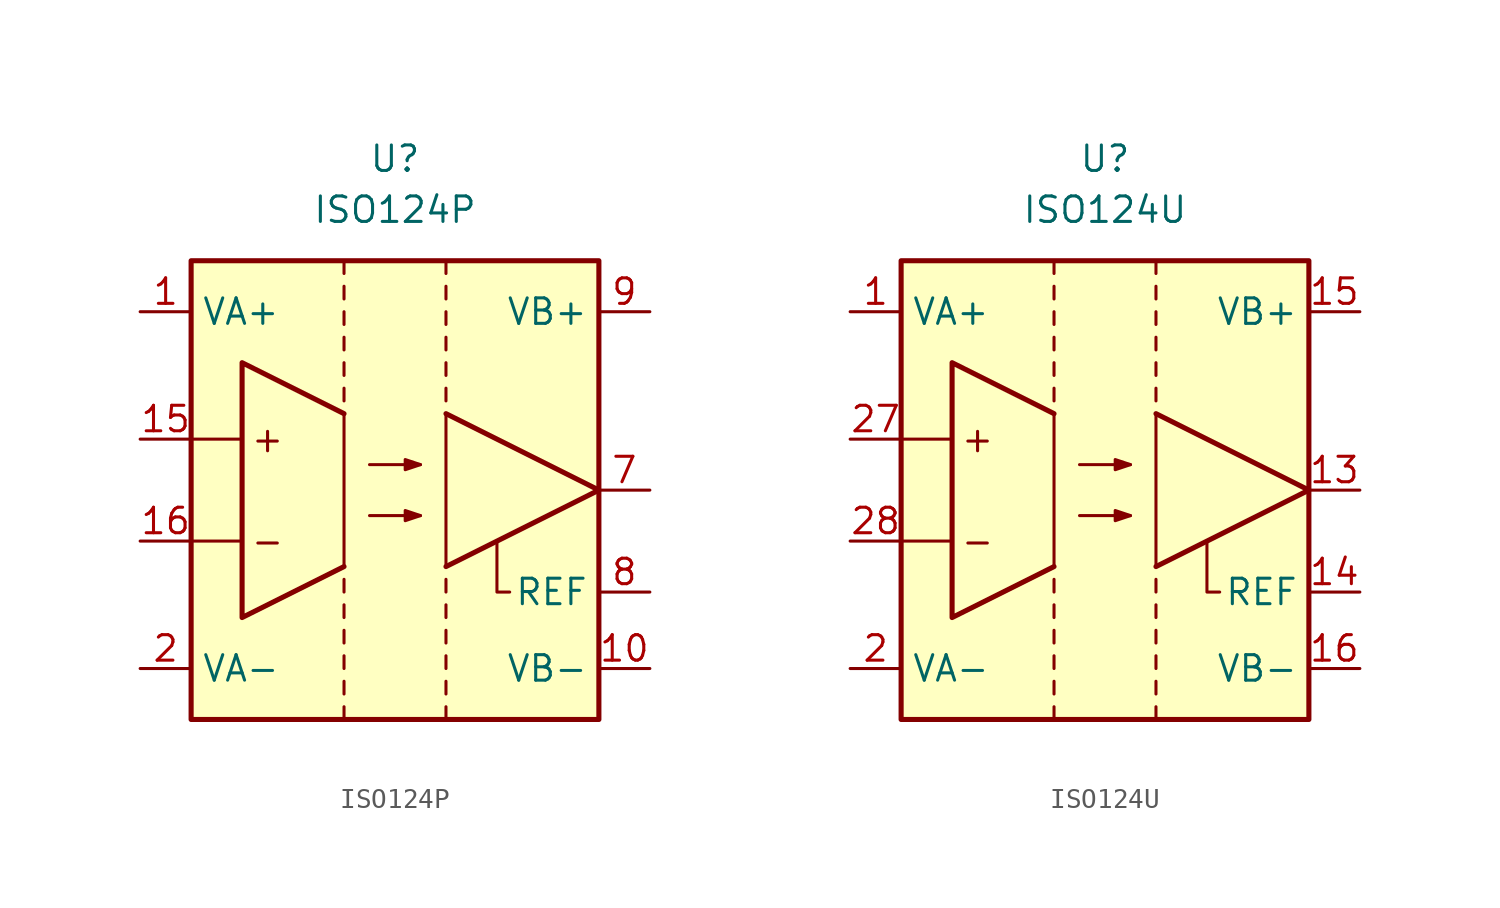
<source format=kicad_sym>
(kicad_symbol_lib
  (version 20231120)
  (generator "kicad_symbol_editor")
  (generator_version "8.0")
  (symbol "ISO124P"
    (property "Reference" "U"
      (at 0 16.51 0)
      (effects (font (size 1.27 1.27))))
    (property "Value" "ISO124P"
      (at 0 13.97 0)
      (effects (font (size 1.27 1.27))))
    (symbol "ISO124P_0_0"
      (rectangle (start -10.16 11.43) (end 10.16 -11.43) (stroke (width 0.254) (type default)) (fill (type background)))
      (polyline (pts (xy -10.16 -2.54) (xy -7.62 -2.54)) (stroke (width 0.152) (type default)) (fill (type none)))
      (polyline (pts (xy -10.16 2.54) (xy -7.62 2.54)) (stroke (width 0.152) (type default)) (fill (type none)))
      (text "+" (at -6.35 2.54 0) (effects (font (size 1.27 1.27))))
      (text "-" (at -6.35 -2.54 0) (effects (font (size 1.27 1.27)))))
    (symbol "ISO124P_0_1"
      (polyline (pts (xy -2.54 -11.43) (xy -2.54 -10.795)) (stroke (width 0.152) (type default)) (fill (type none)))
      (polyline (pts (xy -2.54 -10.16) (xy -2.54 -9.525)) (stroke (width 0.152) (type default)) (fill (type none)))
      (polyline (pts (xy -2.54 -8.255) (xy -2.54 -8.89)) (stroke (width 0.152) (type default)) (fill (type none)))
      (polyline (pts (xy -2.54 -6.985) (xy -2.54 -7.62)) (stroke (width 0.152) (type default)) (fill (type none)))
      (polyline (pts (xy -2.54 -5.715) (xy -2.54 -6.35)) (stroke (width 0.152) (type default)) (fill (type none)))
      (polyline (pts (xy -2.54 -4.445) (xy -2.54 -5.08)) (stroke (width 0.152) (type default)) (fill (type none)))
      (polyline (pts (xy -2.54 4.445) (xy -2.54 5.08)) (stroke (width 0.152) (type default)) (fill (type none)))
      (polyline (pts (xy -2.54 5.715) (xy -2.54 6.35)) (stroke (width 0.152) (type default)) (fill (type none)))
      (polyline (pts (xy -2.54 7.62) (xy -2.54 6.985)) (stroke (width 0.152) (type default)) (fill (type none)))
      (polyline (pts (xy -2.54 8.89) (xy -2.54 8.255)) (stroke (width 0.152) (type default)) (fill (type none)))
      (polyline (pts (xy -2.54 10.16) (xy -2.54 9.525)) (stroke (width 0.152) (type default)) (fill (type none)))
      (polyline (pts (xy -2.54 11.43) (xy -2.54 10.795)) (stroke (width 0.152) (type default)) (fill (type none)))
      (polyline (pts (xy 1.27 -1.27) (xy -1.27 -1.27)) (stroke (width 0.152) (type default)) (fill (type none)))
      (polyline (pts (xy 1.27 1.27) (xy -1.27 1.27)) (stroke (width 0.152) (type default)) (fill (type none)))
      (polyline (pts (xy 2.54 -11.43) (xy 2.54 -10.795)) (stroke (width 0.152) (type default)) (fill (type none)))
      (polyline (pts (xy 2.54 -10.16) (xy 2.54 -9.525)) (stroke (width 0.152) (type default)) (fill (type none)))
      (polyline (pts (xy 2.54 -8.255) (xy 2.54 -8.89)) (stroke (width 0.152) (type default)) (fill (type none)))
      (polyline (pts (xy 2.54 -6.985) (xy 2.54 -7.62)) (stroke (width 0.152) (type default)) (fill (type none)))
      (polyline (pts (xy 2.54 -5.715) (xy 2.54 -6.35)) (stroke (width 0.152) (type default)) (fill (type none)))
      (polyline (pts (xy 2.54 -4.445) (xy 2.54 -5.08)) (stroke (width 0.152) (type default)) (fill (type none)))
      (polyline (pts (xy 2.54 4.445) (xy 2.54 5.08)) (stroke (width 0.152) (type default)) (fill (type none)))
      (polyline (pts (xy 2.54 5.715) (xy 2.54 6.35)) (stroke (width 0.152) (type default)) (fill (type none)))
      (polyline (pts (xy 2.54 7.62) (xy 2.54 6.985)) (stroke (width 0.152) (type default)) (fill (type none)))
      (polyline (pts (xy 2.54 8.89) (xy 2.54 8.255)) (stroke (width 0.152) (type default)) (fill (type none)))
      (polyline (pts (xy 2.54 10.16) (xy 2.54 9.525)) (stroke (width 0.152) (type default)) (fill (type none)))
      (polyline (pts (xy 2.54 11.43) (xy 2.54 10.795)) (stroke (width 0.152) (type default)) (fill (type none)))
      (polyline (pts (xy 2.54 3.81) (xy 10.16 0) (xy 2.54 -3.81)) (stroke (width 0.254) (type default)) (fill (type none)))
      (polyline (pts (xy 5.715 -5.08) (xy 5.08 -5.08) (xy 5.08 -2.54)) (stroke (width 0.152) (type default)) (fill (type none)))
      (polyline (pts (xy -2.54 3.81) (xy -7.62 6.35) (xy -7.62 -6.35) (xy -2.54 -3.81)) (stroke (width 0.254) (type default)) (fill (type none)))
      (polyline (pts (xy 1.27 -1.27) (xy 0.508 -1.016) (xy 0.508 -1.524) (xy 1.27 -1.27)) (stroke (width 0.152) (type default)) (fill (type outline)))
      (polyline (pts (xy 1.27 1.27) (xy 0.508 1.524) (xy 0.508 1.016) (xy 1.27 1.27)) (stroke (width 0.152) (type default)) (fill (type outline)))
      (polyline (pts (xy 2.54 3.81) (xy 2.54 -3.81) (xy 10.16 0) (xy 2.54 3.81)) (stroke (width 0.152) (type default)) (fill (type none)))
      (polyline (pts (xy -2.54 3.81) (xy -7.62 6.35) (xy -7.62 -6.35) (xy -2.54 -3.81) (xy -2.54 3.81)) (stroke (width 0.152) (type default)) (fill (type none))))
    (symbol "ISO124P_1_1"
      (pin power_in line (at -12.7 8.89 0) (length 2.54) (name "VA+" (effects (font (size 1.27 1.27)))) (number "1" (effects (font (size 1.27 1.27)))))
      (pin power_in line (at 12.7 -8.89 180) (length 2.54) (name "VB-" (effects (font (size 1.27 1.27)))) (number "10" (effects (font (size 1.27 1.27)))))
      (pin input line (at -12.7 2.54 0) (length 2.54) (name "~" (effects (font (size 1.27 1.27)))) (number "15" (effects (font (size 1.27 1.27)))))
      (pin input line (at -12.7 -2.54 0) (length 2.54) (name "~" (effects (font (size 1.27 1.27)))) (number "16" (effects (font (size 1.27 1.27)))))
      (pin power_in line (at -12.7 -8.89 0) (length 2.54) (name "VA-" (effects (font (size 1.27 1.27)))) (number "2" (effects (font (size 1.27 1.27)))))
      (pin output line (at 12.7 0 180) (length 2.54) (name "~" (effects (font (size 1.27 1.27)))) (number "7" (effects (font (size 1.27 1.27)))))
      (pin input line (at 12.7 -5.08 180) (length 2.54) (name "REF" (effects (font (size 1.27 1.27)))) (number "8" (effects (font (size 1.27 1.27)))))
      (pin power_in line (at 12.7 8.89 180) (length 2.54) (name "VB+" (effects (font (size 1.27 1.27)))) (number "9" (effects (font (size 1.27 1.27)))))))
  (symbol "ISO124U"
    (property "Reference" "U"
      (at 0 16.51 0)
      (effects (font (size 1.27 1.27))))
    (property "Value" "ISO124U"
      (at 0 13.97 0)
      (effects (font (size 1.27 1.27))))
    (symbol "ISO124U_0_0"
      (rectangle (start -10.16 11.43) (end 10.16 -11.43) (stroke (width 0.254) (type default)) (fill (type background)))
      (polyline (pts (xy -10.16 -2.54) (xy -7.62 -2.54)) (stroke (width 0.152) (type default)) (fill (type none)))
      (polyline (pts (xy -10.16 2.54) (xy -7.62 2.54)) (stroke (width 0.152) (type default)) (fill (type none)))
      (text "+" (at -6.35 2.54 0) (effects (font (size 1.27 1.27))))
      (text "-" (at -6.35 -2.54 0) (effects (font (size 1.27 1.27)))))
    (symbol "ISO124U_0_1"
      (polyline (pts (xy -2.54 -11.43) (xy -2.54 -10.795)) (stroke (width 0.152) (type default)) (fill (type none)))
      (polyline (pts (xy -2.54 -10.16) (xy -2.54 -9.525)) (stroke (width 0.152) (type default)) (fill (type none)))
      (polyline (pts (xy -2.54 -8.255) (xy -2.54 -8.89)) (stroke (width 0.152) (type default)) (fill (type none)))
      (polyline (pts (xy -2.54 -6.985) (xy -2.54 -7.62)) (stroke (width 0.152) (type default)) (fill (type none)))
      (polyline (pts (xy -2.54 -5.715) (xy -2.54 -6.35)) (stroke (width 0.152) (type default)) (fill (type none)))
      (polyline (pts (xy -2.54 -4.445) (xy -2.54 -5.08)) (stroke (width 0.152) (type default)) (fill (type none)))
      (polyline (pts (xy -2.54 4.445) (xy -2.54 5.08)) (stroke (width 0.152) (type default)) (fill (type none)))
      (polyline (pts (xy -2.54 5.715) (xy -2.54 6.35)) (stroke (width 0.152) (type default)) (fill (type none)))
      (polyline (pts (xy -2.54 7.62) (xy -2.54 6.985)) (stroke (width 0.152) (type default)) (fill (type none)))
      (polyline (pts (xy -2.54 8.89) (xy -2.54 8.255)) (stroke (width 0.152) (type default)) (fill (type none)))
      (polyline (pts (xy -2.54 10.16) (xy -2.54 9.525)) (stroke (width 0.152) (type default)) (fill (type none)))
      (polyline (pts (xy -2.54 11.43) (xy -2.54 10.795)) (stroke (width 0.152) (type default)) (fill (type none)))
      (polyline (pts (xy 1.27 -1.27) (xy -1.27 -1.27)) (stroke (width 0.152) (type default)) (fill (type none)))
      (polyline (pts (xy 1.27 1.27) (xy -1.27 1.27)) (stroke (width 0.152) (type default)) (fill (type none)))
      (polyline (pts (xy 2.54 -11.43) (xy 2.54 -10.795)) (stroke (width 0.152) (type default)) (fill (type none)))
      (polyline (pts (xy 2.54 -10.16) (xy 2.54 -9.525)) (stroke (width 0.152) (type default)) (fill (type none)))
      (polyline (pts (xy 2.54 -8.255) (xy 2.54 -8.89)) (stroke (width 0.152) (type default)) (fill (type none)))
      (polyline (pts (xy 2.54 -6.985) (xy 2.54 -7.62)) (stroke (width 0.152) (type default)) (fill (type none)))
      (polyline (pts (xy 2.54 -5.715) (xy 2.54 -6.35)) (stroke (width 0.152) (type default)) (fill (type none)))
      (polyline (pts (xy 2.54 -4.445) (xy 2.54 -5.08)) (stroke (width 0.152) (type default)) (fill (type none)))
      (polyline (pts (xy 2.54 4.445) (xy 2.54 5.08)) (stroke (width 0.152) (type default)) (fill (type none)))
      (polyline (pts (xy 2.54 5.715) (xy 2.54 6.35)) (stroke (width 0.152) (type default)) (fill (type none)))
      (polyline (pts (xy 2.54 7.62) (xy 2.54 6.985)) (stroke (width 0.152) (type default)) (fill (type none)))
      (polyline (pts (xy 2.54 8.89) (xy 2.54 8.255)) (stroke (width 0.152) (type default)) (fill (type none)))
      (polyline (pts (xy 2.54 10.16) (xy 2.54 9.525)) (stroke (width 0.152) (type default)) (fill (type none)))
      (polyline (pts (xy 2.54 11.43) (xy 2.54 10.795)) (stroke (width 0.152) (type default)) (fill (type none)))
      (polyline (pts (xy 2.54 3.81) (xy 10.16 0) (xy 2.54 -3.81)) (stroke (width 0.254) (type default)) (fill (type none)))
      (polyline (pts (xy 5.715 -5.08) (xy 5.08 -5.08) (xy 5.08 -2.54)) (stroke (width 0.152) (type default)) (fill (type none)))
      (polyline (pts (xy -2.54 3.81) (xy -7.62 6.35) (xy -7.62 -6.35) (xy -2.54 -3.81)) (stroke (width 0.254) (type default)) (fill (type none)))
      (polyline (pts (xy 1.27 -1.27) (xy 0.508 -1.016) (xy 0.508 -1.524) (xy 1.27 -1.27)) (stroke (width 0.152) (type default)) (fill (type outline)))
      (polyline (pts (xy 1.27 1.27) (xy 0.508 1.524) (xy 0.508 1.016) (xy 1.27 1.27)) (stroke (width 0.152) (type default)) (fill (type outline)))
      (polyline (pts (xy 2.54 3.81) (xy 2.54 -3.81) (xy 10.16 0) (xy 2.54 3.81)) (stroke (width 0.152) (type default)) (fill (type none)))
      (polyline (pts (xy -2.54 3.81) (xy -7.62 6.35) (xy -7.62 -6.35) (xy -2.54 -3.81) (xy -2.54 3.81)) (stroke (width 0.152) (type default)) (fill (type none))))
    (symbol "ISO124U_1_1"
      (pin power_in line (at -12.7 8.89 0) (length 2.54) (name "VA+" (effects (font (size 1.27 1.27)))) (number "1" (effects (font (size 1.27 1.27)))))
      (pin output line (at 12.7 0 180) (length 2.54) (name "~" (effects (font (size 1.27 1.27)))) (number "13" (effects (font (size 1.27 1.27)))))
      (pin input line (at 12.7 -5.08 180) (length 2.54) (name "REF" (effects (font (size 1.27 1.27)))) (number "14" (effects (font (size 1.27 1.27)))))
      (pin power_in line (at 12.7 8.89 180) (length 2.54) (name "VB+" (effects (font (size 1.27 1.27)))) (number "15" (effects (font (size 1.27 1.27)))))
      (pin power_in line (at 12.7 -8.89 180) (length 2.54) (name "VB-" (effects (font (size 1.27 1.27)))) (number "16" (effects (font (size 1.27 1.27)))))
      (pin power_in line (at -12.7 -8.89 0) (length 2.54) (name "VA-" (effects (font (size 1.27 1.27)))) (number "2" (effects (font (size 1.27 1.27)))))
      (pin input line (at -12.7 2.54 0) (length 2.54) (name "~" (effects (font (size 1.27 1.27)))) (number "27" (effects (font (size 1.27 1.27)))))
      (pin input line (at -12.7 -2.54 0) (length 2.54) (name "~" (effects (font (size 1.27 1.27)))) (number "28" (effects (font (size 1.27 1.27))))))))
</source>
